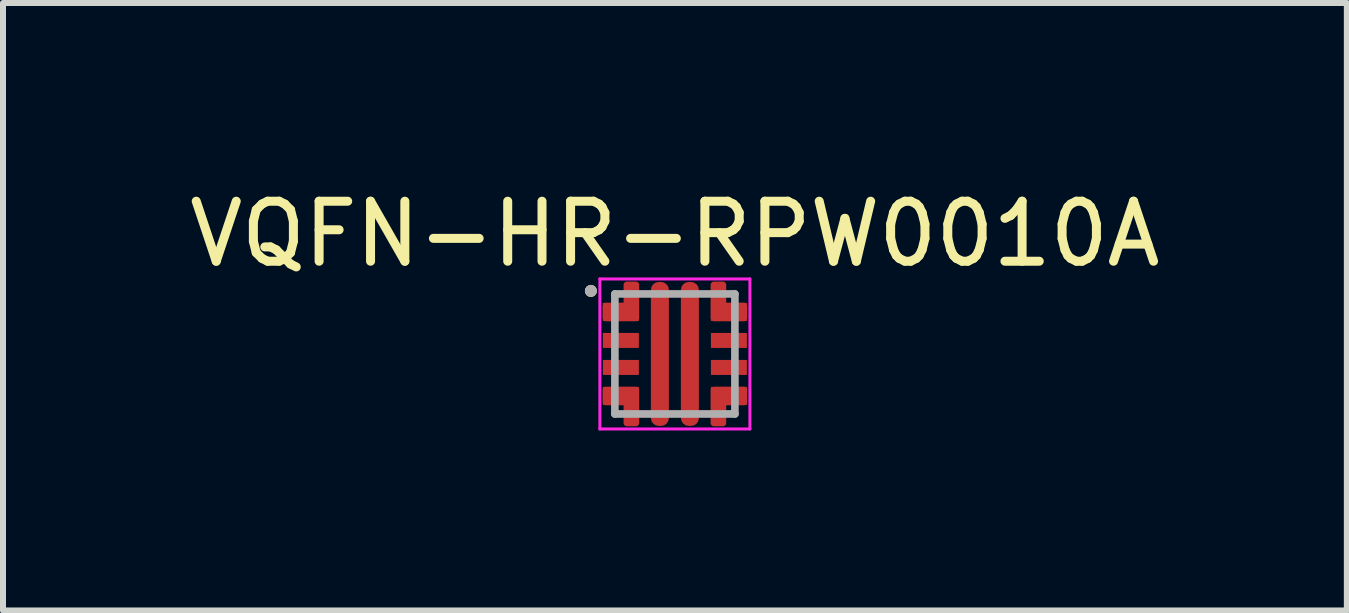
<source format=kicad_pcb>
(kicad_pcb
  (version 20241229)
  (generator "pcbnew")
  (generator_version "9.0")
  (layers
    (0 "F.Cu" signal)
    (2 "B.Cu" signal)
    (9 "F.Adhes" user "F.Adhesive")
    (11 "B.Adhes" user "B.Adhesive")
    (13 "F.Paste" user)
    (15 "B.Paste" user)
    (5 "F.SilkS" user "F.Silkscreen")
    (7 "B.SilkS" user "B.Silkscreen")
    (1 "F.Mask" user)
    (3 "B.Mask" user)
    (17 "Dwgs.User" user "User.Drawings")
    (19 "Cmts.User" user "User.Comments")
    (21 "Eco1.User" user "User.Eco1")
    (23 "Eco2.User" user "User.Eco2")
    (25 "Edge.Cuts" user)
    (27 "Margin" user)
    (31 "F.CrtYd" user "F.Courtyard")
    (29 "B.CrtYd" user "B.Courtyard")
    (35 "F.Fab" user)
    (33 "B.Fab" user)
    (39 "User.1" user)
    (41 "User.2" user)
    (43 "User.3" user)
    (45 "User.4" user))
  (footprint "VQFN-HR-RPW0010A"
    (layer "F.Cu")
    (at 8.196 2.848)
    (property "Reference" "VQFN-HR-RPW0010A" (at 0 -2 0) (layer "F.SilkS") (effects (font (size 1 1) (thickness 0.15))))
    (attr smd)
    (fp_circle (center -1.4 -1.05) (end -1.35 -1.05) (stroke (width 0.1) (type solid)) (fill no) (layer "F.SilkS"))
    (fp_poly (pts (xy -0.39 -0.15) (xy -0.39 -1.11) (xy -0.39 -1.113) (xy -0.39 -1.115) (xy -0.389 -1.118) (xy -0.389 -1.12) (xy -0.388 -1.123) (xy -0.388 -1.125) (xy -0.387 -1.128) (xy -0.386 -1.13) (xy -0.385 -1.133) (xy -0.383 -1.135) (xy -0.382 -1.137) (xy -0.38 -1.139) (xy -0.379 -1.141) (xy -0.377 -1.143) (xy -0.375 -1.145) (xy -0.373 -1.147) (xy -0.371 -1.149) (xy -0.369 -1.15) (xy -0.367 -1.152) (xy -0.365 -1.153) (xy -0.363 -1.155) (xy -0.36 -1.156) (xy -0.358 -1.157) (xy -0.355 -1.158) (xy -0.353 -1.158) (xy -0.35 -1.159) (xy -0.348 -1.159) (xy -0.345 -1.16) (xy -0.343 -1.16) (xy -0.34 -1.16) (xy -0.16 -1.16) (xy -0.157 -1.16) (xy -0.155 -1.16) (xy -0.152 -1.159) (xy -0.15 -1.159) (xy -0.147 -1.158) (xy -0.145 -1.158) (xy -0.142 -1.157) (xy -0.14 -1.156) (xy -0.137 -1.155) (xy -0.135 -1.153) (xy -0.133 -1.152) (xy -0.131 -1.15) (xy -0.129 -1.149) (xy -0.127 -1.147) (xy -0.125 -1.145) (xy -0.123 -1.143) (xy -0.121 -1.141) (xy -0.12 -1.139) (xy -0.118 -1.137) (xy -0.117 -1.135) (xy -0.115 -1.133) (xy -0.114 -1.13) (xy -0.113 -1.128) (xy -0.112 -1.125) (xy -0.112 -1.123) (xy -0.111 -1.12) (xy -0.111 -1.118) (xy -0.11 -1.115) (xy -0.11 -1.113) (xy -0.11 -1.11) (xy -0.11 -0.15) (xy -0.11 -0.147) (xy -0.11 -0.145) (xy -0.111 -0.142) (xy -0.111 -0.14) (xy -0.112 -0.137) (xy -0.112 -0.135) (xy -0.113 -0.132) (xy -0.114 -0.13) (xy -0.115 -0.127) (xy -0.117 -0.125) (xy -0.118 -0.123) (xy -0.12 -0.121) (xy -0.121 -0.119) (xy -0.123 -0.117) (xy -0.125 -0.115) (xy -0.127 -0.113) (xy -0.129 -0.111) (xy -0.131 -0.11) (xy -0.133 -0.108) (xy -0.135 -0.107) (xy -0.137 -0.105) (xy -0.14 -0.104) (xy -0.142 -0.103) (xy -0.145 -0.102) (xy -0.147 -0.102) (xy -0.15 -0.101) (xy -0.152 -0.101) (xy -0.155 -0.1) (xy -0.157 -0.1) (xy -0.16 -0.1) (xy -0.34 -0.1) (xy -0.343 -0.1) (xy -0.345 -0.1) (xy -0.348 -0.101) (xy -0.35 -0.101) (xy -0.353 -0.102) (xy -0.355 -0.102) (xy -0.358 -0.103) (xy -0.36 -0.104) (xy -0.363 -0.105) (xy -0.365 -0.107) (xy -0.367 -0.108) (xy -0.369 -0.11) (xy -0.371 -0.111) (xy -0.373 -0.113) (xy -0.375 -0.115) (xy -0.377 -0.117) (xy -0.379 -0.119) (xy -0.38 -0.121) (xy -0.382 -0.123) (xy -0.383 -0.125) (xy -0.385 -0.127) (xy -0.386 -0.13) (xy -0.387 -0.132) (xy -0.388 -0.135) (xy -0.388 -0.137) (xy -0.389 -0.14) (xy -0.389 -0.142) (xy -0.39 -0.145) (xy -0.39 -0.147) (xy -0.39 -0.15)) (stroke (width 0.01) (type solid)) (fill yes) (layer "F.Paste"))
    (fp_poly (pts (xy -0.39 1.11) (xy -0.39 0.15) (xy -0.39 0.147) (xy -0.39 0.145) (xy -0.389 0.142) (xy -0.389 0.14) (xy -0.388 0.137) (xy -0.388 0.135) (xy -0.387 0.132) (xy -0.386 0.13) (xy -0.385 0.127) (xy -0.383 0.125) (xy -0.382 0.123) (xy -0.38 0.121) (xy -0.379 0.119) (xy -0.377 0.117) (xy -0.375 0.115) (xy -0.373 0.113) (xy -0.371 0.111) (xy -0.369 0.11) (xy -0.367 0.108) (xy -0.365 0.107) (xy -0.363 0.105) (xy -0.36 0.104) (xy -0.358 0.103) (xy -0.355 0.102) (xy -0.353 0.102) (xy -0.35 0.101) (xy -0.348 0.101) (xy -0.345 0.1) (xy -0.343 0.1) (xy -0.34 0.1) (xy -0.16 0.1) (xy -0.157 0.1) (xy -0.155 0.1) (xy -0.152 0.101) (xy -0.15 0.101) (xy -0.147 0.102) (xy -0.145 0.102) (xy -0.142 0.103) (xy -0.14 0.104) (xy -0.137 0.105) (xy -0.135 0.107) (xy -0.133 0.108) (xy -0.131 0.11) (xy -0.129 0.111) (xy -0.127 0.113) (xy -0.125 0.115) (xy -0.123 0.117) (xy -0.121 0.119) (xy -0.12 0.121) (xy -0.118 0.123) (xy -0.117 0.125) (xy -0.115 0.127) (xy -0.114 0.13) (xy -0.113 0.132) (xy -0.112 0.135) (xy -0.112 0.137) (xy -0.111 0.14) (xy -0.111 0.142) (xy -0.11 0.145) (xy -0.11 0.147) (xy -0.11 0.15) (xy -0.11 1.11) (xy -0.11 1.113) (xy -0.11 1.115) (xy -0.111 1.118) (xy -0.111 1.12) (xy -0.112 1.123) (xy -0.112 1.125) (xy -0.113 1.128) (xy -0.114 1.13) (xy -0.115 1.133) (xy -0.117 1.135) (xy -0.118 1.137) (xy -0.12 1.139) (xy -0.121 1.141) (xy -0.123 1.143) (xy -0.125 1.145) (xy -0.127 1.147) (xy -0.129 1.149) (xy -0.131 1.15) (xy -0.133 1.152) (xy -0.135 1.153) (xy -0.137 1.155) (xy -0.14 1.156) (xy -0.142 1.157) (xy -0.145 1.158) (xy -0.147 1.158) (xy -0.15 1.159) (xy -0.152 1.159) (xy -0.155 1.16) (xy -0.157 1.16) (xy -0.16 1.16) (xy -0.34 1.16) (xy -0.343 1.16) (xy -0.345 1.16) (xy -0.348 1.159) (xy -0.35 1.159) (xy -0.353 1.158) (xy -0.355 1.158) (xy -0.358 1.157) (xy -0.36 1.156) (xy -0.363 1.155) (xy -0.365 1.153) (xy -0.367 1.152) (xy -0.369 1.15) (xy -0.371 1.149) (xy -0.373 1.147) (xy -0.375 1.145) (xy -0.377 1.143) (xy -0.379 1.141) (xy -0.38 1.139) (xy -0.382 1.137) (xy -0.383 1.135) (xy -0.385 1.133) (xy -0.386 1.13) (xy -0.387 1.128) (xy -0.388 1.125) (xy -0.388 1.123) (xy -0.389 1.12) (xy -0.389 1.118) (xy -0.39 1.115) (xy -0.39 1.113) (xy -0.39 1.11)) (stroke (width 0.01) (type solid)) (fill yes) (layer "F.Paste"))
    (fp_poly (pts (xy 0.39 -1.11) (xy 0.39 -0.15) (xy 0.39 -0.147) (xy 0.39 -0.145) (xy 0.389 -0.142) (xy 0.389 -0.14) (xy 0.388 -0.137) (xy 0.388 -0.135) (xy 0.387 -0.132) (xy 0.386 -0.13) (xy 0.385 -0.127) (xy 0.383 -0.125) (xy 0.382 -0.123) (xy 0.38 -0.121) (xy 0.379 -0.119) (xy 0.377 -0.117) (xy 0.375 -0.115) (xy 0.373 -0.113) (xy 0.371 -0.111) (xy 0.369 -0.11) (xy 0.367 -0.108) (xy 0.365 -0.107) (xy 0.363 -0.105) (xy 0.36 -0.104) (xy 0.358 -0.103) (xy 0.355 -0.102) (xy 0.353 -0.102) (xy 0.35 -0.101) (xy 0.348 -0.101) (xy 0.345 -0.1) (xy 0.343 -0.1) (xy 0.34 -0.1) (xy 0.16 -0.1) (xy 0.157 -0.1) (xy 0.155 -0.1) (xy 0.152 -0.101) (xy 0.15 -0.101) (xy 0.147 -0.102) (xy 0.145 -0.102) (xy 0.142 -0.103) (xy 0.14 -0.104) (xy 0.137 -0.105) (xy 0.135 -0.107) (xy 0.133 -0.108) (xy 0.131 -0.11) (xy 0.129 -0.111) (xy 0.127 -0.113) (xy 0.125 -0.115) (xy 0.123 -0.117) (xy 0.121 -0.119) (xy 0.12 -0.121) (xy 0.118 -0.123) (xy 0.117 -0.125) (xy 0.115 -0.127) (xy 0.114 -0.13) (xy 0.113 -0.132) (xy 0.112 -0.135) (xy 0.112 -0.137) (xy 0.111 -0.14) (xy 0.111 -0.142) (xy 0.11 -0.145) (xy 0.11 -0.147) (xy 0.11 -0.15) (xy 0.11 -1.11) (xy 0.11 -1.113) (xy 0.11 -1.115) (xy 0.111 -1.118) (xy 0.111 -1.12) (xy 0.112 -1.123) (xy 0.112 -1.125) (xy 0.113 -1.128) (xy 0.114 -1.13) (xy 0.115 -1.133) (xy 0.117 -1.135) (xy 0.118 -1.137) (xy 0.12 -1.139) (xy 0.121 -1.141) (xy 0.123 -1.143) (xy 0.125 -1.145) (xy 0.127 -1.147) (xy 0.129 -1.149) (xy 0.131 -1.15) (xy 0.133 -1.152) (xy 0.135 -1.153) (xy 0.137 -1.155) (xy 0.14 -1.156) (xy 0.142 -1.157) (xy 0.145 -1.158) (xy 0.147 -1.158) (xy 0.15 -1.159) (xy 0.152 -1.159) (xy 0.155 -1.16) (xy 0.157 -1.16) (xy 0.16 -1.16) (xy 0.34 -1.16) (xy 0.343 -1.16) (xy 0.345 -1.16) (xy 0.348 -1.159) (xy 0.35 -1.159) (xy 0.353 -1.158) (xy 0.355 -1.158) (xy 0.358 -1.157) (xy 0.36 -1.156) (xy 0.363 -1.155) (xy 0.365 -1.153) (xy 0.367 -1.152) (xy 0.369 -1.15) (xy 0.371 -1.149) (xy 0.373 -1.147) (xy 0.375 -1.145) (xy 0.377 -1.143) (xy 0.379 -1.141) (xy 0.38 -1.139) (xy 0.382 -1.137) (xy 0.383 -1.135) (xy 0.385 -1.133) (xy 0.386 -1.13) (xy 0.387 -1.128) (xy 0.388 -1.125) (xy 0.388 -1.123) (xy 0.389 -1.12) (xy 0.389 -1.118) (xy 0.39 -1.115) (xy 0.39 -1.113) (xy 0.39 -1.11)) (stroke (width 0.01) (type solid)) (fill yes) (layer "F.Paste"))
    (fp_poly (pts (xy 0.39 0.15) (xy 0.39 1.11) (xy 0.39 1.113) (xy 0.39 1.115) (xy 0.389 1.118) (xy 0.389 1.12) (xy 0.388 1.123) (xy 0.388 1.125) (xy 0.387 1.128) (xy 0.386 1.13) (xy 0.385 1.133) (xy 0.383 1.135) (xy 0.382 1.137) (xy 0.38 1.139) (xy 0.379 1.141) (xy 0.377 1.143) (xy 0.375 1.145) (xy 0.373 1.147) (xy 0.371 1.149) (xy 0.369 1.15) (xy 0.367 1.152) (xy 0.365 1.153) (xy 0.363 1.155) (xy 0.36 1.156) (xy 0.358 1.157) (xy 0.355 1.158) (xy 0.353 1.158) (xy 0.35 1.159) (xy 0.348 1.159) (xy 0.345 1.16) (xy 0.343 1.16) (xy 0.34 1.16) (xy 0.16 1.16) (xy 0.157 1.16) (xy 0.155 1.16) (xy 0.152 1.159) (xy 0.15 1.159) (xy 0.147 1.158) (xy 0.145 1.158) (xy 0.142 1.157) (xy 0.14 1.156) (xy 0.137 1.155) (xy 0.135 1.153) (xy 0.133 1.152) (xy 0.131 1.15) (xy 0.129 1.149) (xy 0.127 1.147) (xy 0.125 1.145) (xy 0.123 1.143) (xy 0.121 1.141) (xy 0.12 1.139) (xy 0.118 1.137) (xy 0.117 1.135) (xy 0.115 1.133) (xy 0.114 1.13) (xy 0.113 1.128) (xy 0.112 1.125) (xy 0.112 1.123) (xy 0.111 1.12) (xy 0.111 1.118) (xy 0.11 1.115) (xy 0.11 1.113) (xy 0.11 1.11) (xy 0.11 0.15) (xy 0.11 0.147) (xy 0.11 0.145) (xy 0.111 0.142) (xy 0.111 0.14) (xy 0.112 0.137) (xy 0.112 0.135) (xy 0.113 0.132) (xy 0.114 0.13) (xy 0.115 0.127) (xy 0.117 0.125) (xy 0.118 0.123) (xy 0.12 0.121) (xy 0.121 0.119) (xy 0.123 0.117) (xy 0.125 0.115) (xy 0.127 0.113) (xy 0.129 0.111) (xy 0.131 0.11) (xy 0.133 0.108) (xy 0.135 0.107) (xy 0.137 0.105) (xy 0.14 0.104) (xy 0.142 0.103) (xy 0.145 0.102) (xy 0.147 0.102) (xy 0.15 0.101) (xy 0.152 0.101) (xy 0.155 0.1) (xy 0.157 0.1) (xy 0.16 0.1) (xy 0.34 0.1) (xy 0.343 0.1) (xy 0.345 0.1) (xy 0.348 0.101) (xy 0.35 0.101) (xy 0.353 0.102) (xy 0.355 0.102) (xy 0.358 0.103) (xy 0.36 0.104) (xy 0.363 0.105) (xy 0.365 0.107) (xy 0.367 0.108) (xy 0.369 0.11) (xy 0.371 0.111) (xy 0.373 0.113) (xy 0.375 0.115) (xy 0.377 0.117) (xy 0.379 0.119) (xy 0.38 0.121) (xy 0.382 0.123) (xy 0.383 0.125) (xy 0.385 0.127) (xy 0.386 0.13) (xy 0.387 0.132) (xy 0.388 0.135) (xy 0.388 0.137) (xy 0.389 0.14) (xy 0.389 0.142) (xy 0.39 0.145) (xy 0.39 0.147) (xy 0.39 0.15)) (stroke (width 0.01) (type solid)) (fill yes) (layer "F.Paste"))
    (fp_poly (pts (xy -0.825 -0.825) (xy -1.15 -0.825) (xy -1.153 -0.825) (xy -1.155 -0.825) (xy -1.158 -0.824) (xy -1.16 -0.824) (xy -1.163 -0.823) (xy -1.165 -0.823) (xy -1.168 -0.822) (xy -1.17 -0.821) (xy -1.173 -0.82) (xy -1.175 -0.818) (xy -1.177 -0.817) (xy -1.179 -0.815) (xy -1.181 -0.814) (xy -1.183 -0.812) (xy -1.185 -0.81) (xy -1.187 -0.808) (xy -1.189 -0.806) (xy -1.19 -0.804) (xy -1.192 -0.802) (xy -1.193 -0.8) (xy -1.195 -0.798) (xy -1.196 -0.795) (xy -1.197 -0.793) (xy -1.198 -0.79) (xy -1.198 -0.788) (xy -1.199 -0.785) (xy -1.199 -0.783) (xy -1.2 -0.78) (xy -1.2 -0.778) (xy -1.2 -0.775) (xy -1.2 -0.6) (xy -1.2 -0.597) (xy -1.2 -0.595) (xy -1.199 -0.592) (xy -1.199 -0.59) (xy -1.198 -0.587) (xy -1.198 -0.585) (xy -1.197 -0.582) (xy -1.196 -0.58) (xy -1.195 -0.577) (xy -1.193 -0.575) (xy -1.192 -0.573) (xy -1.19 -0.571) (xy -1.189 -0.569) (xy -1.187 -0.567) (xy -1.185 -0.565) (xy -1.183 -0.563) (xy -1.181 -0.561) (xy -1.179 -0.56) (xy -1.177 -0.558) (xy -1.175 -0.557) (xy -1.173 -0.555) (xy -1.17 -0.554) (xy -1.168 -0.553) (xy -1.165 -0.552) (xy -1.163 -0.552) (xy -1.16 -0.551) (xy -1.158 -0.551) (xy -1.155 -0.55) (xy -1.153 -0.55) (xy -1.15 -0.55) (xy -0.65 -0.55) (xy -0.647 -0.55) (xy -0.645 -0.55) (xy -0.642 -0.551) (xy -0.64 -0.551) (xy -0.637 -0.552) (xy -0.635 -0.552) (xy -0.632 -0.553) (xy -0.63 -0.554) (xy -0.627 -0.555) (xy -0.625 -0.557) (xy -0.623 -0.558) (xy -0.621 -0.56) (xy -0.619 -0.561) (xy -0.617 -0.563) (xy -0.615 -0.565) (xy -0.613 -0.567) (xy -0.611 -0.569) (xy -0.61 -0.571) (xy -0.608 -0.573) (xy -0.607 -0.575) (xy -0.605 -0.577) (xy -0.604 -0.58) (xy -0.603 -0.582) (xy -0.602 -0.585) (xy -0.602 -0.587) (xy -0.601 -0.59) (xy -0.601 -0.592) (xy -0.6 -0.595) (xy -0.6 -0.597) (xy -0.6 -0.6) (xy -0.6 -1.15) (xy -0.6 -1.153) (xy -0.6 -1.155) (xy -0.601 -1.158) (xy -0.601 -1.16) (xy -0.602 -1.163) (xy -0.602 -1.165) (xy -0.603 -1.168) (xy -0.604 -1.17) (xy -0.605 -1.173) (xy -0.607 -1.175) (xy -0.608 -1.177) (xy -0.61 -1.179) (xy -0.611 -1.181) (xy -0.613 -1.183) (xy -0.615 -1.185) (xy -0.617 -1.187) (xy -0.619 -1.189) (xy -0.621 -1.19) (xy -0.623 -1.192) (xy -0.625 -1.193) (xy -0.627 -1.195) (xy -0.63 -1.196) (xy -0.632 -1.197) (xy -0.635 -1.198) (xy -0.637 -1.198) (xy -0.64 -1.199) (xy -0.642 -1.199) (xy -0.645 -1.2) (xy -0.647 -1.2) (xy -0.65 -1.2) (xy -0.775 -1.2) (xy -0.778 -1.2) (xy -0.78 -1.2) (xy -0.783 -1.199) (xy -0.785 -1.199) (xy -0.788 -1.198) (xy -0.79 -1.198) (xy -0.793 -1.197) (xy -0.795 -1.196) (xy -0.798 -1.195) (xy -0.8 -1.193) (xy -0.802 -1.192) (xy -0.804 -1.19) (xy -0.806 -1.189) (xy -0.808 -1.187) (xy -0.81 -1.185) (xy -0.812 -1.183) (xy -0.814 -1.181) (xy -0.815 -1.179) (xy -0.817 -1.177) (xy -0.818 -1.175) (xy -0.82 -1.173) (xy -0.821 -1.17) (xy -0.822 -1.168) (xy -0.823 -1.165) (xy -0.823 -1.163) (xy -0.824 -1.16) (xy -0.824 -1.158) (xy -0.825 -1.155) (xy -0.825 -1.153) (xy -0.825 -1.15) (xy -0.825 -0.825)) (stroke (width 0.01) (type solid)) (fill yes) (layer "F.Paste"))
    (fp_poly (pts (xy -0.825 0.825) (xy -1.15 0.825) (xy -1.153 0.825) (xy -1.155 0.825) (xy -1.158 0.824) (xy -1.16 0.824) (xy -1.163 0.823) (xy -1.165 0.823) (xy -1.168 0.822) (xy -1.17 0.821) (xy -1.173 0.82) (xy -1.175 0.818) (xy -1.177 0.817) (xy -1.179 0.815) (xy -1.181 0.814) (xy -1.183 0.812) (xy -1.185 0.81) (xy -1.187 0.808) (xy -1.189 0.806) (xy -1.19 0.804) (xy -1.192 0.802) (xy -1.193 0.8) (xy -1.195 0.798) (xy -1.196 0.795) (xy -1.197 0.793) (xy -1.198 0.79) (xy -1.198 0.788) (xy -1.199 0.785) (xy -1.199 0.783) (xy -1.2 0.78) (xy -1.2 0.778) (xy -1.2 0.775) (xy -1.2 0.6) (xy -1.2 0.597) (xy -1.2 0.595) (xy -1.199 0.592) (xy -1.199 0.59) (xy -1.198 0.587) (xy -1.198 0.585) (xy -1.197 0.582) (xy -1.196 0.58) (xy -1.195 0.577) (xy -1.193 0.575) (xy -1.192 0.573) (xy -1.19 0.571) (xy -1.189 0.569) (xy -1.187 0.567) (xy -1.185 0.565) (xy -1.183 0.563) (xy -1.181 0.561) (xy -1.179 0.56) (xy -1.177 0.558) (xy -1.175 0.557) (xy -1.173 0.555) (xy -1.17 0.554) (xy -1.168 0.553) (xy -1.165 0.552) (xy -1.163 0.552) (xy -1.16 0.551) (xy -1.158 0.551) (xy -1.155 0.55) (xy -1.153 0.55) (xy -1.15 0.55) (xy -0.65 0.55) (xy -0.647 0.55) (xy -0.645 0.55) (xy -0.642 0.551) (xy -0.64 0.551) (xy -0.637 0.552) (xy -0.635 0.552) (xy -0.632 0.553) (xy -0.63 0.554) (xy -0.627 0.555) (xy -0.625 0.557) (xy -0.623 0.558) (xy -0.621 0.56) (xy -0.619 0.561) (xy -0.617 0.563) (xy -0.615 0.565) (xy -0.613 0.567) (xy -0.611 0.569) (xy -0.61 0.571) (xy -0.608 0.573) (xy -0.607 0.575) (xy -0.605 0.577) (xy -0.604 0.58) (xy -0.603 0.582) (xy -0.602 0.585) (xy -0.602 0.587) (xy -0.601 0.59) (xy -0.601 0.592) (xy -0.6 0.595) (xy -0.6 0.597) (xy -0.6 0.6) (xy -0.6 1.15) (xy -0.6 1.153) (xy -0.6 1.155) (xy -0.601 1.158) (xy -0.601 1.16) (xy -0.602 1.163) (xy -0.602 1.165) (xy -0.603 1.168) (xy -0.604 1.17) (xy -0.605 1.173) (xy -0.607 1.175) (xy -0.608 1.177) (xy -0.61 1.179) (xy -0.611 1.181) (xy -0.613 1.183) (xy -0.615 1.185) (xy -0.617 1.187) (xy -0.619 1.189) (xy -0.621 1.19) (xy -0.623 1.192) (xy -0.625 1.193) (xy -0.627 1.195) (xy -0.63 1.196) (xy -0.632 1.197) (xy -0.635 1.198) (xy -0.637 1.198) (xy -0.64 1.199) (xy -0.642 1.199) (xy -0.645 1.2) (xy -0.647 1.2) (xy -0.65 1.2) (xy -0.775 1.2) (xy -0.778 1.2) (xy -0.78 1.2) (xy -0.783 1.199) (xy -0.785 1.199) (xy -0.788 1.198) (xy -0.79 1.198) (xy -0.793 1.197) (xy -0.795 1.196) (xy -0.798 1.195) (xy -0.8 1.193) (xy -0.802 1.192) (xy -0.804 1.19) (xy -0.806 1.189) (xy -0.808 1.187) (xy -0.81 1.185) (xy -0.812 1.183) (xy -0.814 1.181) (xy -0.815 1.179) (xy -0.817 1.177) (xy -0.818 1.175) (xy -0.82 1.173) (xy -0.821 1.17) (xy -0.822 1.168) (xy -0.823 1.165) (xy -0.823 1.163) (xy -0.824 1.16) (xy -0.824 1.158) (xy -0.825 1.155) (xy -0.825 1.153) (xy -0.825 1.15) (xy -0.825 0.825)) (stroke (width 0.01) (type solid)) (fill yes) (layer "F.Paste"))
    (fp_poly (pts (xy 0.825 -0.825) (xy 1.15 -0.825) (xy 1.153 -0.825) (xy 1.155 -0.825) (xy 1.158 -0.824) (xy 1.16 -0.824) (xy 1.163 -0.823) (xy 1.165 -0.823) (xy 1.168 -0.822) (xy 1.17 -0.821) (xy 1.173 -0.82) (xy 1.175 -0.818) (xy 1.177 -0.817) (xy 1.179 -0.815) (xy 1.181 -0.814) (xy 1.183 -0.812) (xy 1.185 -0.81) (xy 1.187 -0.808) (xy 1.189 -0.806) (xy 1.19 -0.804) (xy 1.192 -0.802) (xy 1.193 -0.8) (xy 1.195 -0.798) (xy 1.196 -0.795) (xy 1.197 -0.793) (xy 1.198 -0.79) (xy 1.198 -0.788) (xy 1.199 -0.785) (xy 1.199 -0.783) (xy 1.2 -0.78) (xy 1.2 -0.778) (xy 1.2 -0.775) (xy 1.2 -0.6) (xy 1.2 -0.597) (xy 1.2 -0.595) (xy 1.199 -0.592) (xy 1.199 -0.59) (xy 1.198 -0.587) (xy 1.198 -0.585) (xy 1.197 -0.582) (xy 1.196 -0.58) (xy 1.195 -0.577) (xy 1.193 -0.575) (xy 1.192 -0.573) (xy 1.19 -0.571) (xy 1.189 -0.569) (xy 1.187 -0.567) (xy 1.185 -0.565) (xy 1.183 -0.563) (xy 1.181 -0.561) (xy 1.179 -0.56) (xy 1.177 -0.558) (xy 1.175 -0.557) (xy 1.173 -0.555) (xy 1.17 -0.554) (xy 1.168 -0.553) (xy 1.165 -0.552) (xy 1.163 -0.552) (xy 1.16 -0.551) (xy 1.158 -0.551) (xy 1.155 -0.55) (xy 1.153 -0.55) (xy 1.15 -0.55) (xy 0.65 -0.55) (xy 0.647 -0.55) (xy 0.645 -0.55) (xy 0.642 -0.551) (xy 0.64 -0.551) (xy 0.637 -0.552) (xy 0.635 -0.552) (xy 0.632 -0.553) (xy 0.63 -0.554) (xy 0.627 -0.555) (xy 0.625 -0.557) (xy 0.623 -0.558) (xy 0.621 -0.56) (xy 0.619 -0.561) (xy 0.617 -0.563) (xy 0.615 -0.565) (xy 0.613 -0.567) (xy 0.611 -0.569) (xy 0.61 -0.571) (xy 0.608 -0.573) (xy 0.607 -0.575) (xy 0.605 -0.577) (xy 0.604 -0.58) (xy 0.603 -0.582) (xy 0.602 -0.585) (xy 0.602 -0.587) (xy 0.601 -0.59) (xy 0.601 -0.592) (xy 0.6 -0.595) (xy 0.6 -0.597) (xy 0.6 -0.6) (xy 0.6 -1.15) (xy 0.6 -1.153) (xy 0.6 -1.155) (xy 0.601 -1.158) (xy 0.601 -1.16) (xy 0.602 -1.163) (xy 0.602 -1.165) (xy 0.603 -1.168) (xy 0.604 -1.17) (xy 0.605 -1.173) (xy 0.607 -1.175) (xy 0.608 -1.177) (xy 0.61 -1.179) (xy 0.611 -1.181) (xy 0.613 -1.183) (xy 0.615 -1.185) (xy 0.617 -1.187) (xy 0.619 -1.189) (xy 0.621 -1.19) (xy 0.623 -1.192) (xy 0.625 -1.193) (xy 0.627 -1.195) (xy 0.63 -1.196) (xy 0.632 -1.197) (xy 0.635 -1.198) (xy 0.637 -1.198) (xy 0.64 -1.199) (xy 0.642 -1.199) (xy 0.645 -1.2) (xy 0.647 -1.2) (xy 0.65 -1.2) (xy 0.775 -1.2) (xy 0.778 -1.2) (xy 0.78 -1.2) (xy 0.783 -1.199) (xy 0.785 -1.199) (xy 0.788 -1.198) (xy 0.79 -1.198) (xy 0.793 -1.197) (xy 0.795 -1.196) (xy 0.798 -1.195) (xy 0.8 -1.193) (xy 0.802 -1.192) (xy 0.804 -1.19) (xy 0.806 -1.189) (xy 0.808 -1.187) (xy 0.81 -1.185) (xy 0.812 -1.183) (xy 0.814 -1.181) (xy 0.815 -1.179) (xy 0.817 -1.177) (xy 0.818 -1.175) (xy 0.82 -1.173) (xy 0.821 -1.17) (xy 0.822 -1.168) (xy 0.823 -1.165) (xy 0.823 -1.163) (xy 0.824 -1.16) (xy 0.824 -1.158) (xy 0.825 -1.155) (xy 0.825 -1.153) (xy 0.825 -1.15) (xy 0.825 -0.825)) (stroke (width 0.01) (type solid)) (fill yes) (layer "F.Paste"))
    (fp_poly (pts (xy 0.825 0.825) (xy 1.15 0.825) (xy 1.153 0.825) (xy 1.155 0.825) (xy 1.158 0.824) (xy 1.16 0.824) (xy 1.163 0.823) (xy 1.165 0.823) (xy 1.168 0.822) (xy 1.17 0.821) (xy 1.173 0.82) (xy 1.175 0.818) (xy 1.177 0.817) (xy 1.179 0.815) (xy 1.181 0.814) (xy 1.183 0.812) (xy 1.185 0.81) (xy 1.187 0.808) (xy 1.189 0.806) (xy 1.19 0.804) (xy 1.192 0.802) (xy 1.193 0.8) (xy 1.195 0.798) (xy 1.196 0.795) (xy 1.197 0.793) (xy 1.198 0.79) (xy 1.198 0.788) (xy 1.199 0.785) (xy 1.199 0.783) (xy 1.2 0.78) (xy 1.2 0.778) (xy 1.2 0.775) (xy 1.2 0.6) (xy 1.2 0.597) (xy 1.2 0.595) (xy 1.199 0.592) (xy 1.199 0.59) (xy 1.198 0.587) (xy 1.198 0.585) (xy 1.197 0.582) (xy 1.196 0.58) (xy 1.195 0.577) (xy 1.193 0.575) (xy 1.192 0.573) (xy 1.19 0.571) (xy 1.189 0.569) (xy 1.187 0.567) (xy 1.185 0.565) (xy 1.183 0.563) (xy 1.181 0.561) (xy 1.179 0.56) (xy 1.177 0.558) (xy 1.175 0.557) (xy 1.173 0.555) (xy 1.17 0.554) (xy 1.168 0.553) (xy 1.165 0.552) (xy 1.163 0.552) (xy 1.16 0.551) (xy 1.158 0.551) (xy 1.155 0.55) (xy 1.153 0.55) (xy 1.15 0.55) (xy 0.65 0.55) (xy 0.647 0.55) (xy 0.645 0.55) (xy 0.642 0.551) (xy 0.64 0.551) (xy 0.637 0.552) (xy 0.635 0.552) (xy 0.632 0.553) (xy 0.63 0.554) (xy 0.627 0.555) (xy 0.625 0.557) (xy 0.623 0.558) (xy 0.621 0.56) (xy 0.619 0.561) (xy 0.617 0.563) (xy 0.615 0.565) (xy 0.613 0.567) (xy 0.611 0.569) (xy 0.61 0.571) (xy 0.608 0.573) (xy 0.607 0.575) (xy 0.605 0.577) (xy 0.604 0.58) (xy 0.603 0.582) (xy 0.602 0.585) (xy 0.602 0.587) (xy 0.601 0.59) (xy 0.601 0.592) (xy 0.6 0.595) (xy 0.6 0.597) (xy 0.6 0.6) (xy 0.6 1.15) (xy 0.6 1.153) (xy 0.6 1.155) (xy 0.601 1.158) (xy 0.601 1.16) (xy 0.602 1.163) (xy 0.602 1.165) (xy 0.603 1.168) (xy 0.604 1.17) (xy 0.605 1.173) (xy 0.607 1.175) (xy 0.608 1.177) (xy 0.61 1.179) (xy 0.611 1.181) (xy 0.613 1.183) (xy 0.615 1.185) (xy 0.617 1.187) (xy 0.619 1.189) (xy 0.621 1.19) (xy 0.623 1.192) (xy 0.625 1.193) (xy 0.627 1.195) (xy 0.63 1.196) (xy 0.632 1.197) (xy 0.635 1.198) (xy 0.637 1.198) (xy 0.64 1.199) (xy 0.642 1.199) (xy 0.645 1.2) (xy 0.647 1.2) (xy 0.65 1.2) (xy 0.775 1.2) (xy 0.778 1.2) (xy 0.78 1.2) (xy 0.783 1.199) (xy 0.785 1.199) (xy 0.788 1.198) (xy 0.79 1.198) (xy 0.793 1.197) (xy 0.795 1.196) (xy 0.798 1.195) (xy 0.8 1.193) (xy 0.802 1.192) (xy 0.804 1.19) (xy 0.806 1.189) (xy 0.808 1.187) (xy 0.81 1.185) (xy 0.812 1.183) (xy 0.814 1.181) (xy 0.815 1.179) (xy 0.817 1.177) (xy 0.818 1.175) (xy 0.82 1.173) (xy 0.821 1.17) (xy 0.822 1.168) (xy 0.823 1.165) (xy 0.823 1.163) (xy 0.824 1.16) (xy 0.824 1.158) (xy 0.825 1.155) (xy 0.825 1.153) (xy 0.825 1.15) (xy 0.825 0.825)) (stroke (width 0.01) (type solid)) (fill yes) (layer "F.Paste"))
    (fp_line (start -1.25 -1.25) (end -1.25 1.25) (stroke (width 0.05) (type solid)) (layer "F.CrtYd"))
    (fp_line (start -1.25 1.25) (end 1.25 1.25) (stroke (width 0.05) (type solid)) (layer "F.CrtYd"))
    (fp_line (start 1.25 -1.25) (end -1.25 -1.25) (stroke (width 0.05) (type solid)) (layer "F.CrtYd"))
    (fp_line (start 1.25 1.25) (end 1.25 -1.25) (stroke (width 0.05) (type solid)) (layer "F.CrtYd"))
    (fp_line (start -1 -1) (end -1 1) (stroke (width 0.127) (type solid)) (layer "F.Fab"))
    (fp_line (start -1 1) (end 1 1) (stroke (width 0.127) (type solid)) (layer "F.Fab"))
    (fp_line (start 1 -1) (end -1 -1) (stroke (width 0.127) (type solid)) (layer "F.Fab"))
    (fp_line (start 1 1) (end 1 -1) (stroke (width 0.127) (type solid)) (layer "F.Fab"))
    (fp_circle (center -1.4 -1.05) (end -1.35 -1.05) (stroke (width 0.1) (type solid)) (fill no) (layer "F.Fab"))
    (pad "1" smd custom (at -0.9 -0.7) (size 0.6 0.3) (layers "F.Cu") (options (anchor rect)) (primitives (gr_poly (pts (xy 0.258 -0.499) (xy 0.26 -0.499) (xy 0.263 -0.498) (xy 0.265 -0.498) (xy 0.268 -0.497) (xy 0.27 -0.496) (xy 0.273 -0.495) (xy 0.275 -0.493) (xy 0.277 -0.492) (xy 0.279 -0.49) (xy 0.281 -0.489) (xy 0.289 -0.481) (xy 0.29 -0.479) (xy 0.292 -0.477) (xy 0.293 -0.475) (xy 0.295 -0.473) (xy 0.296 -0.47) (xy 0.297 -0.468) (xy 0.298 -0.465) (xy 0.298 -0.463) (xy 0.299 -0.46) (xy 0.299 -0.458) (xy 0.3 -0.455) (xy 0.3 0.105) (xy 0.299 0.108) (xy 0.299 0.11) (xy 0.298 0.113) (xy 0.298 0.115) (xy 0.297 0.118) (xy 0.296 0.12) (xy 0.295 0.123) (xy 0.293 0.125) (xy 0.292 0.127) (xy 0.29 0.129) (xy 0.289 0.131) (xy 0.281 0.139) (xy 0.279 0.14) (xy 0.277 0.142) (xy 0.275 0.143) (xy 0.273 0.145) (xy 0.27 0.146) (xy 0.268 0.147) (xy 0.265 0.148) (xy 0.263 0.148) (xy 0.26 0.149) (xy 0.258 0.149) (xy 0.255 0.15) (xy -0.255 0.15) (xy -0.258 0.149) (xy -0.26 0.149) (xy -0.263 0.148) (xy -0.265 0.148) (xy -0.268 0.147) (xy -0.27 0.146) (xy -0.273 0.145) (xy -0.275 0.143) (xy -0.277 0.142) (xy -0.279 0.14) (xy -0.281 0.139) (xy -0.289 0.131) (xy -0.29 0.129) (xy -0.292 0.127) (xy -0.293 0.125) (xy -0.295 0.123) (xy -0.296 0.12) (xy -0.297 0.118) (xy -0.298 0.115) (xy -0.298 0.113) (xy -0.299 0.11) (xy -0.299 0.108) (xy -0.3 0.105) (xy -0.3 -0.105) (xy -0.299 -0.108) (xy -0.299 -0.11) (xy -0.298 -0.113) (xy -0.298 -0.115) (xy -0.297 -0.118) (xy -0.296 -0.12) (xy -0.295 -0.123) (xy -0.293 -0.125) (xy -0.292 -0.127) (xy -0.29 -0.129) (xy -0.289 -0.131) (xy -0.281 -0.139) (xy -0.279 -0.14) (xy -0.277 -0.142) (xy -0.275 -0.143) (xy -0.273 -0.145) (xy -0.27 -0.146) (xy -0.268 -0.147) (xy -0.265 -0.148) (xy -0.263 -0.148) (xy -0.26 -0.149) (xy -0.258 -0.149) (xy -0.255 -0.15) (xy 0.05 -0.15) (xy 0.05 -0.455) (xy 0.051 -0.458) (xy 0.051 -0.46) (xy 0.052 -0.463) (xy 0.052 -0.465) (xy 0.053 -0.468) (xy 0.054 -0.47) (xy 0.055 -0.473) (xy 0.057 -0.475) (xy 0.058 -0.477) (xy 0.06 -0.479) (xy 0.061 -0.481) (xy 0.069 -0.489) (xy 0.071 -0.49) (xy 0.073 -0.492) (xy 0.075 -0.493) (xy 0.077 -0.495) (xy 0.08 -0.496) (xy 0.082 -0.497) (xy 0.085 -0.498) (xy 0.087 -0.498) (xy 0.09 -0.499) (xy 0.092 -0.499) (xy 0.095 -0.5) (xy 0.255 -0.5)) (width 0.01) (fill yes))))
    (pad "2" smd roundrect (at -0.9 -0.225) (size 0.6 0.25) (layers "F.Cu" "F.Paste") (roundrect_rratio 0.05))
    (pad "3" smd roundrect (at -0.9 0.225) (size 0.6 0.25) (layers "F.Cu" "F.Paste") (roundrect_rratio 0.05))
    (pad "4" smd custom (at -0.9 0.7) (size 0.6 0.3) (layers "F.Cu") (options (anchor rect)) (primitives (gr_poly (pts (xy 0.258 -0.149) (xy 0.26 -0.149) (xy 0.263 -0.148) (xy 0.265 -0.148) (xy 0.268 -0.147) (xy 0.27 -0.146) (xy 0.273 -0.145) (xy 0.275 -0.143) (xy 0.277 -0.142) (xy 0.279 -0.14) (xy 0.281 -0.139) (xy 0.289 -0.131) (xy 0.29 -0.129) (xy 0.292 -0.127) (xy 0.293 -0.125) (xy 0.295 -0.123) (xy 0.296 -0.12) (xy 0.297 -0.118) (xy 0.298 -0.115) (xy 0.298 -0.113) (xy 0.299 -0.11) (xy 0.299 -0.108) (xy 0.3 -0.105) (xy 0.3 0.455) (xy 0.299 0.458) (xy 0.299 0.46) (xy 0.298 0.463) (xy 0.298 0.465) (xy 0.297 0.468) (xy 0.296 0.47) (xy 0.295 0.473) (xy 0.293 0.475) (xy 0.292 0.477) (xy 0.29 0.479) (xy 0.289 0.481) (xy 0.281 0.489) (xy 0.279 0.49) (xy 0.277 0.492) (xy 0.275 0.493) (xy 0.273 0.495) (xy 0.27 0.496) (xy 0.268 0.497) (xy 0.265 0.498) (xy 0.263 0.498) (xy 0.26 0.499) (xy 0.258 0.499) (xy 0.255 0.5) (xy 0.095 0.5) (xy 0.092 0.499) (xy 0.09 0.499) (xy 0.087 0.498) (xy 0.085 0.498) (xy 0.082 0.497) (xy 0.08 0.496) (xy 0.077 0.495) (xy 0.075 0.493) (xy 0.073 0.492) (xy 0.071 0.49) (xy 0.069 0.489) (xy 0.061 0.481) (xy 0.06 0.479) (xy 0.058 0.477) (xy 0.057 0.475) (xy 0.055 0.473) (xy 0.054 0.47) (xy 0.053 0.468) (xy 0.052 0.465) (xy 0.052 0.463) (xy 0.051 0.46) (xy 0.051 0.458) (xy 0.05 0.455) (xy 0.05 0.15) (xy -0.255 0.15) (xy -0.258 0.149) (xy -0.26 0.149) (xy -0.263 0.148) (xy -0.265 0.148) (xy -0.268 0.147) (xy -0.27 0.146) (xy -0.273 0.145) (xy -0.275 0.143) (xy -0.277 0.142) (xy -0.279 0.14) (xy -0.281 0.139) (xy -0.289 0.131) (xy -0.29 0.129) (xy -0.292 0.127) (xy -0.293 0.125) (xy -0.295 0.123) (xy -0.296 0.12) (xy -0.297 0.118) (xy -0.298 0.115) (xy -0.298 0.113) (xy -0.299 0.11) (xy -0.299 0.108) (xy -0.3 0.105) (xy -0.3 -0.105) (xy -0.299 -0.108) (xy -0.299 -0.11) (xy -0.298 -0.113) (xy -0.298 -0.115) (xy -0.297 -0.118) (xy -0.296 -0.12) (xy -0.295 -0.123) (xy -0.293 -0.125) (xy -0.292 -0.127) (xy -0.29 -0.129) (xy -0.289 -0.131) (xy -0.281 -0.139) (xy -0.279 -0.14) (xy -0.277 -0.142) (xy -0.275 -0.143) (xy -0.273 -0.145) (xy -0.27 -0.146) (xy -0.268 -0.147) (xy -0.265 -0.148) (xy -0.263 -0.148) (xy -0.26 -0.149) (xy -0.258 -0.149) (xy -0.255 -0.15) (xy 0.255 -0.15)) (width 0.01) (fill yes))))
    (pad "5" smd roundrect (at -0.25 0) (size 0.3 2.4) (layers "F.Cu") (roundrect_rratio 0.44))
    (pad "6" smd roundrect (at 0.25 0) (size 0.3 2.4) (layers "F.Cu") (roundrect_rratio 0.44))
    (pad "7" smd custom (at 0.9 0.7) (size 0.6 0.3) (layers "F.Cu") (options (anchor rect)) (primitives (gr_poly (pts (xy 0.258 -0.149) (xy 0.26 -0.149) (xy 0.263 -0.148) (xy 0.265 -0.148) (xy 0.268 -0.147) (xy 0.27 -0.146) (xy 0.273 -0.145) (xy 0.275 -0.143) (xy 0.277 -0.142) (xy 0.279 -0.14) (xy 0.281 -0.139) (xy 0.289 -0.131) (xy 0.29 -0.129) (xy 0.292 -0.127) (xy 0.293 -0.125) (xy 0.295 -0.123) (xy 0.296 -0.12) (xy 0.297 -0.118) (xy 0.298 -0.115) (xy 0.298 -0.113) (xy 0.299 -0.11) (xy 0.299 -0.108) (xy 0.3 -0.105) (xy 0.3 0.105) (xy 0.299 0.108) (xy 0.299 0.11) (xy 0.298 0.113) (xy 0.298 0.115) (xy 0.297 0.118) (xy 0.296 0.12) (xy 0.295 0.123) (xy 0.293 0.125) (xy 0.292 0.127) (xy 0.29 0.129) (xy 0.289 0.131) (xy 0.281 0.139) (xy 0.279 0.14) (xy 0.277 0.142) (xy 0.275 0.143) (xy 0.273 0.145) (xy 0.27 0.146) (xy 0.268 0.147) (xy 0.265 0.148) (xy 0.263 0.148) (xy 0.26 0.149) (xy 0.258 0.149) (xy 0.255 0.15) (xy -0.05 0.15) (xy -0.05 0.455) (xy -0.051 0.458) (xy -0.051 0.46) (xy -0.052 0.463) (xy -0.052 0.465) (xy -0.053 0.468) (xy -0.054 0.47) (xy -0.055 0.473) (xy -0.057 0.475) (xy -0.058 0.477) (xy -0.06 0.479) (xy -0.061 0.481) (xy -0.069 0.489) (xy -0.071 0.49) (xy -0.073 0.492) (xy -0.075 0.493) (xy -0.077 0.495) (xy -0.08 0.496) (xy -0.082 0.497) (xy -0.085 0.498) (xy -0.087 0.498) (xy -0.09 0.499) (xy -0.092 0.499) (xy -0.095 0.5) (xy -0.255 0.5) (xy -0.258 0.499) (xy -0.26 0.499) (xy -0.263 0.498) (xy -0.265 0.498) (xy -0.268 0.497) (xy -0.27 0.496) (xy -0.273 0.495) (xy -0.275 0.493) (xy -0.277 0.492) (xy -0.279 0.49) (xy -0.281 0.489) (xy -0.289 0.481) (xy -0.29 0.479) (xy -0.292 0.477) (xy -0.293 0.475) (xy -0.295 0.473) (xy -0.296 0.47) (xy -0.297 0.468) (xy -0.298 0.465) (xy -0.298 0.463) (xy -0.299 0.46) (xy -0.299 0.458) (xy -0.3 0.455) (xy -0.3 -0.105) (xy -0.299 -0.108) (xy -0.299 -0.11) (xy -0.298 -0.113) (xy -0.298 -0.115) (xy -0.297 -0.118) (xy -0.296 -0.12) (xy -0.295 -0.123) (xy -0.293 -0.125) (xy -0.292 -0.127) (xy -0.29 -0.129) (xy -0.289 -0.131) (xy -0.281 -0.139) (xy -0.279 -0.14) (xy -0.277 -0.142) (xy -0.275 -0.143) (xy -0.273 -0.145) (xy -0.27 -0.146) (xy -0.268 -0.147) (xy -0.265 -0.148) (xy -0.263 -0.148) (xy -0.26 -0.149) (xy -0.258 -0.149) (xy -0.255 -0.15) (xy 0.255 -0.15)) (width 0.01) (fill yes))))
    (pad "8" smd roundrect (at 0.9 0.225) (size 0.6 0.25) (layers "F.Cu" "F.Paste") (roundrect_rratio 0.05))
    (pad "9" smd roundrect (at 0.9 -0.225) (size 0.6 0.25) (layers "F.Cu" "F.Paste") (roundrect_rratio 0.05))
    (pad "10" smd custom (at 0.9 -0.7) (size 0.6 0.3) (layers "F.Cu") (options (anchor rect)) (primitives (gr_poly (pts (xy -0.092 -0.499) (xy -0.09 -0.499) (xy -0.087 -0.498) (xy -0.085 -0.498) (xy -0.082 -0.497) (xy -0.08 -0.496) (xy -0.077 -0.495) (xy -0.075 -0.493) (xy -0.073 -0.492) (xy -0.071 -0.49) (xy -0.069 -0.489) (xy -0.061 -0.481) (xy -0.06 -0.479) (xy -0.058 -0.477) (xy -0.057 -0.475) (xy -0.055 -0.473) (xy -0.054 -0.47) (xy -0.053 -0.468) (xy -0.052 -0.465) (xy -0.052 -0.463) (xy -0.051 -0.46) (xy -0.051 -0.458) (xy -0.05 -0.455) (xy -0.05 -0.15) (xy 0.255 -0.15) (xy 0.258 -0.149) (xy 0.26 -0.149) (xy 0.263 -0.148) (xy 0.265 -0.148) (xy 0.268 -0.147) (xy 0.27 -0.146) (xy 0.273 -0.145) (xy 0.275 -0.143) (xy 0.277 -0.142) (xy 0.279 -0.14) (xy 0.281 -0.139) (xy 0.289 -0.131) (xy 0.29 -0.129) (xy 0.292 -0.127) (xy 0.293 -0.125) (xy 0.295 -0.123) (xy 0.296 -0.12) (xy 0.297 -0.118) (xy 0.298 -0.115) (xy 0.298 -0.113) (xy 0.299 -0.11) (xy 0.299 -0.108) (xy 0.3 -0.105) (xy 0.3 0.105) (xy 0.299 0.108) (xy 0.299 0.11) (xy 0.298 0.113) (xy 0.298 0.115) (xy 0.297 0.118) (xy 0.296 0.12) (xy 0.295 0.123) (xy 0.293 0.125) (xy 0.292 0.127) (xy 0.29 0.129) (xy 0.289 0.131) (xy 0.281 0.139) (xy 0.279 0.14) (xy 0.277 0.142) (xy 0.275 0.143) (xy 0.273 0.145) (xy 0.27 0.146) (xy 0.268 0.147) (xy 0.265 0.148) (xy 0.263 0.148) (xy 0.26 0.149) (xy 0.258 0.149) (xy 0.255 0.15) (xy -0.255 0.15) (xy -0.258 0.149) (xy -0.26 0.149) (xy -0.263 0.148) (xy -0.265 0.148) (xy -0.268 0.147) (xy -0.27 0.146) (xy -0.273 0.145) (xy -0.275 0.143) (xy -0.277 0.142) (xy -0.279 0.14) (xy -0.281 0.139) (xy -0.289 0.131) (xy -0.29 0.129) (xy -0.292 0.127) (xy -0.293 0.125) (xy -0.295 0.123) (xy -0.296 0.12) (xy -0.297 0.118) (xy -0.298 0.115) (xy -0.298 0.113) (xy -0.299 0.11) (xy -0.299 0.108) (xy -0.3 0.105) (xy -0.3 -0.455) (xy -0.299 -0.458) (xy -0.299 -0.46) (xy -0.298 -0.463) (xy -0.298 -0.465) (xy -0.297 -0.468) (xy -0.296 -0.47) (xy -0.295 -0.473) (xy -0.293 -0.475) (xy -0.292 -0.477) (xy -0.29 -0.479) (xy -0.289 -0.481) (xy -0.281 -0.489) (xy -0.279 -0.49) (xy -0.277 -0.492) (xy -0.275 -0.493) (xy -0.273 -0.495) (xy -0.27 -0.496) (xy -0.268 -0.497) (xy -0.265 -0.498) (xy -0.263 -0.498) (xy -0.26 -0.499) (xy -0.258 -0.499) (xy -0.255 -0.5) (xy -0.095 -0.5)) (width 0.01) (fill yes)))))
  (gr_rect
    (start -3 -3)
    (end 19.393 7.123)
    (stroke (width 0.1) (type default))
    (fill no)
    (layer "Edge.Cuts")))
</source>
